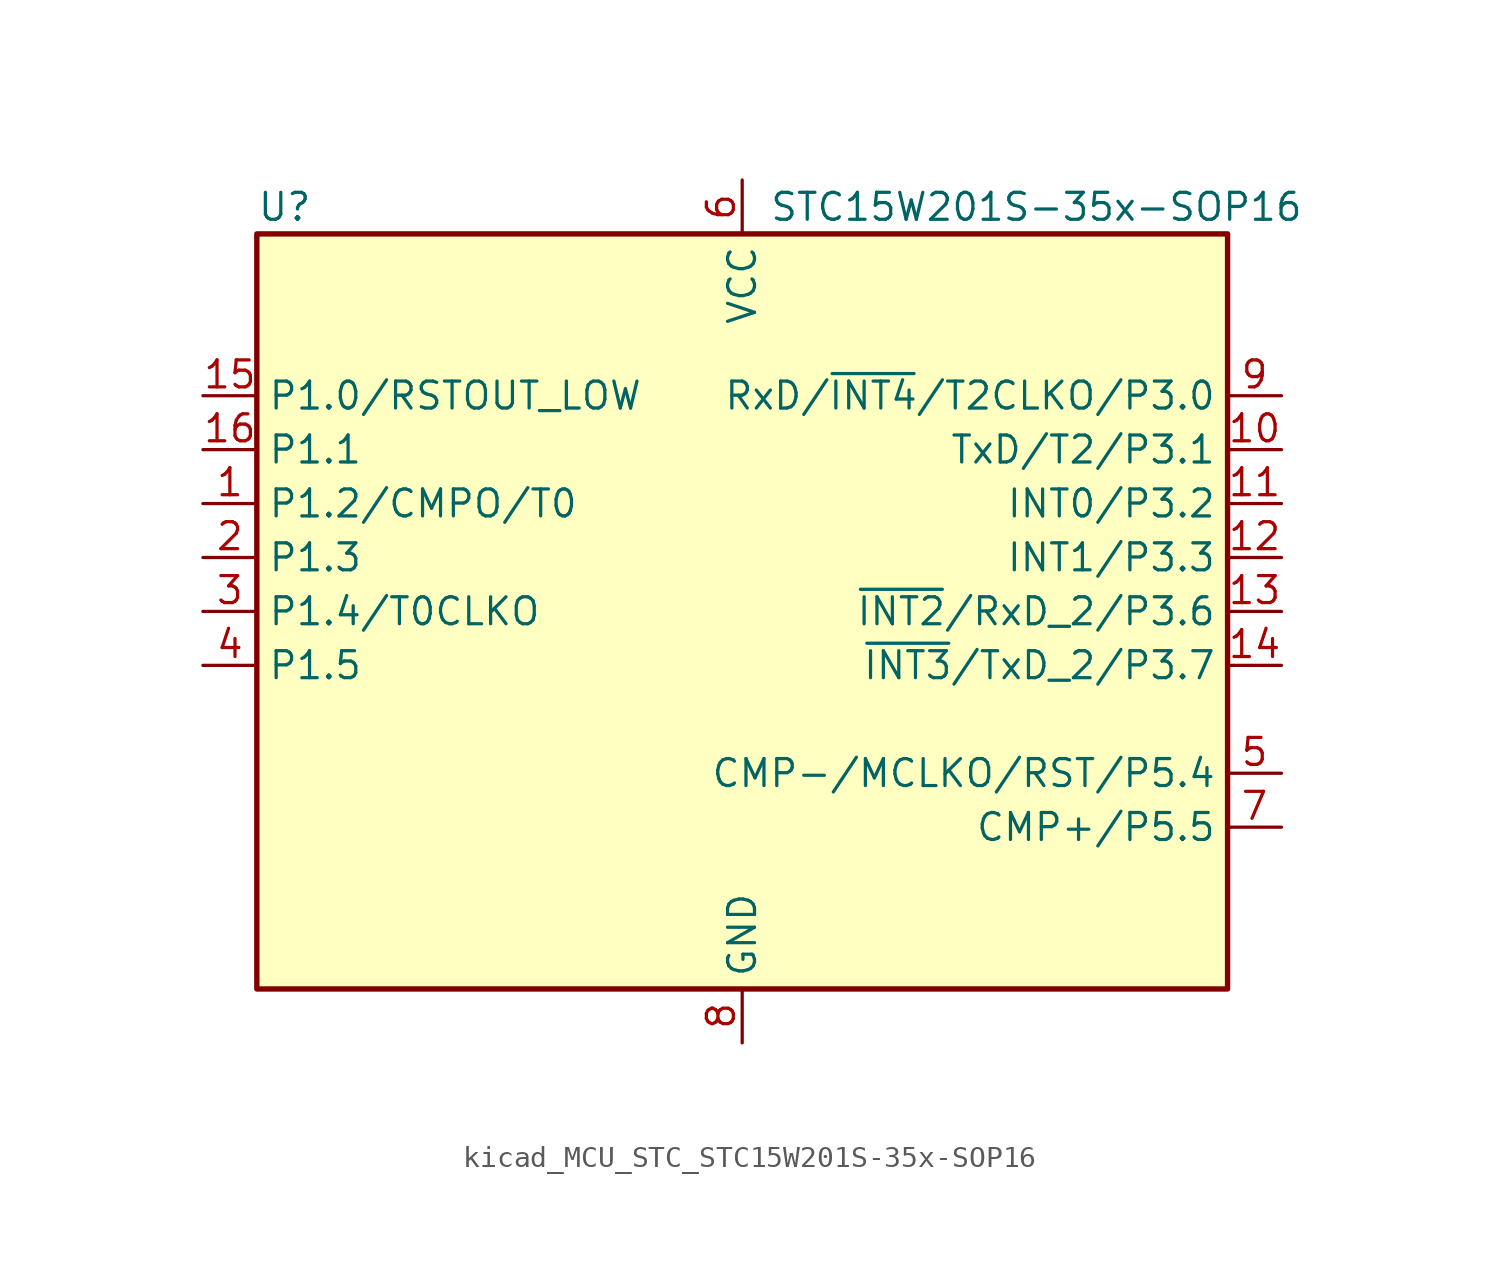
<source format=kicad_sym>
(kicad_symbol_lib
  (version 20220914)
  (generator kicad_symbol_editor)
  (symbol "kicad_MCU_STC_STC15W201S-35x-SOP16"
    (property "Reference" "U"
      (at -22.86 19.05 0)
      (effects (font (size 1.27 1.27)) (justify left)))
    (property "Value" "STC15W201S-35x-SOP16"
      (at 1.27 19.05 0)
      (effects (font (size 1.27 1.27)) (justify left)))
    (symbol "kicad_MCU_STC_STC15W201S-35x-SOP16_0_1"
      (rectangle (start -22.86 17.78) (end 22.86 -17.78) (stroke (width 0.254) (type default)) (fill (type background))))
    (symbol "kicad_MCU_STC_STC15W201S-35x-SOP16_1_1"
      (pin bidirectional line (at -25.4 5.08 0) (length 2.54) (name "P1.2/CMPO/T0" (effects (font (size 1.27 1.27)))) (number "1" (effects (font (size 1.27 1.27)))))
      (pin bidirectional line (at 25.4 7.62 180) (length 2.54) (name "TxD/T2/P3.1" (effects (font (size 1.27 1.27)))) (number "10" (effects (font (size 1.27 1.27)))))
      (pin bidirectional line (at 25.4 5.08 180) (length 2.54) (name "INT0/P3.2" (effects (font (size 1.27 1.27)))) (number "11" (effects (font (size 1.27 1.27)))))
      (pin bidirectional line (at 25.4 2.54 180) (length 2.54) (name "INT1/P3.3" (effects (font (size 1.27 1.27)))) (number "12" (effects (font (size 1.27 1.27)))))
      (pin bidirectional line (at 25.4 0 180) (length 2.54) (name "~{INT2}/RxD_2/P3.6" (effects (font (size 1.27 1.27)))) (number "13" (effects (font (size 1.27 1.27)))))
      (pin bidirectional line (at 25.4 -2.54 180) (length 2.54) (name "~{INT3}/TxD_2/P3.7" (effects (font (size 1.27 1.27)))) (number "14" (effects (font (size 1.27 1.27)))))
      (pin bidirectional line (at -25.4 10.16 0) (length 2.54) (name "P1.0/RSTOUT_LOW" (effects (font (size 1.27 1.27)))) (number "15" (effects (font (size 1.27 1.27)))))
      (pin bidirectional line (at -25.4 7.62 0) (length 2.54) (name "P1.1" (effects (font (size 1.27 1.27)))) (number "16" (effects (font (size 1.27 1.27)))))
      (pin bidirectional line (at -25.4 2.54 0) (length 2.54) (name "P1.3" (effects (font (size 1.27 1.27)))) (number "2" (effects (font (size 1.27 1.27)))))
      (pin bidirectional line (at -25.4 0 0) (length 2.54) (name "P1.4/T0CLKO" (effects (font (size 1.27 1.27)))) (number "3" (effects (font (size 1.27 1.27)))))
      (pin bidirectional line (at -25.4 -2.54 0) (length 2.54) (name "P1.5" (effects (font (size 1.27 1.27)))) (number "4" (effects (font (size 1.27 1.27)))))
      (pin bidirectional line (at 25.4 -7.62 180) (length 2.54) (name "CMP-/MCLKO/RST/P5.4" (effects (font (size 1.27 1.27)))) (number "5" (effects (font (size 1.27 1.27)))))
      (pin power_in line (at 0 20.32 270) (length 2.54) (name "VCC" (effects (font (size 1.27 1.27)))) (number "6" (effects (font (size 1.27 1.27)))))
      (pin bidirectional line (at 25.4 -10.16 180) (length 2.54) (name "CMP+/P5.5" (effects (font (size 1.27 1.27)))) (number "7" (effects (font (size 1.27 1.27)))))
      (pin power_in line (at 0 -20.32 90) (length 2.54) (name "GND" (effects (font (size 1.27 1.27)))) (number "8" (effects (font (size 1.27 1.27)))))
      (pin bidirectional line (at 25.4 10.16 180) (length 2.54) (name "RxD/~{INT4}/T2CLKO/P3.0" (effects (font (size 1.27 1.27)))) (number "9" (effects (font (size 1.27 1.27))))))))
</source>
